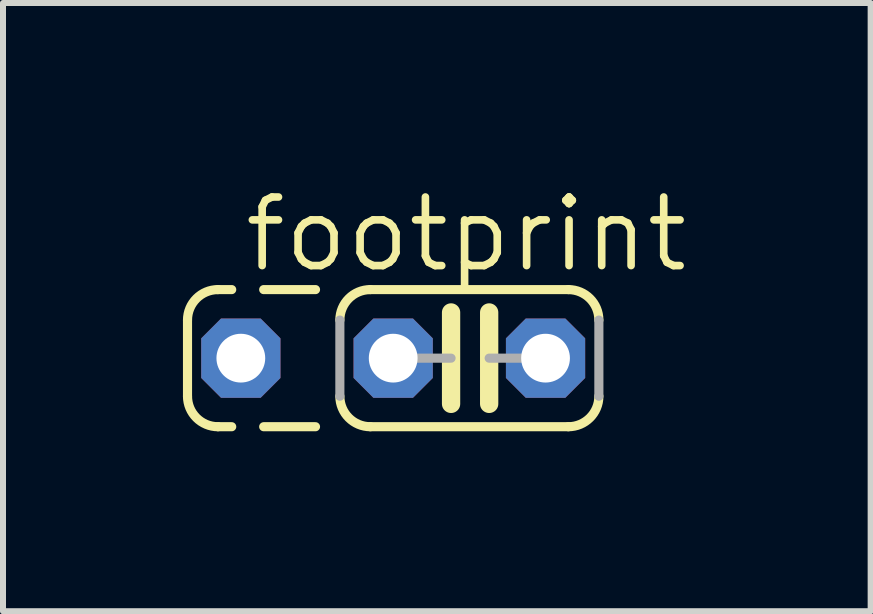
<source format=kicad_pcb>
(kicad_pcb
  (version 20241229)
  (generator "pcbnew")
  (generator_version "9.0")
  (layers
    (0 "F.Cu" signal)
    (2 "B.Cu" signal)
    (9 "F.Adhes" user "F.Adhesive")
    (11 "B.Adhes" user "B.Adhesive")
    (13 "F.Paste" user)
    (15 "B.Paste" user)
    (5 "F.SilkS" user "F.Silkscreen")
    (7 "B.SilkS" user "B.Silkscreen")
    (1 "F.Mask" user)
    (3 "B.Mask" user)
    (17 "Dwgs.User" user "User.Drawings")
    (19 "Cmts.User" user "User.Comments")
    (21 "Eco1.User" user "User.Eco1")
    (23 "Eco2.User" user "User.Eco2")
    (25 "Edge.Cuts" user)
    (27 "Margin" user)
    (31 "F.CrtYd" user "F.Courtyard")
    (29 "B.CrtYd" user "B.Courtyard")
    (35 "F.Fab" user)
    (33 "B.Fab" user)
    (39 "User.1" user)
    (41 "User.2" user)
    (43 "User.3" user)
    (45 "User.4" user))
  (footprint "footprint"
    (layer "F.Cu")
    (at 4.775 2.921)
    (property "Reference" "footprint" (at -3.81 -1.397 0) (layer "F.SilkS") (effects (font (size 1.143 1.143) (thickness 0.127)) (justify left bottom)))
    (fp_line (start -4.699 0.635) (end -4.699 -0.635) (stroke (width 0.152) (type solid)) (layer "F.SilkS"))
    (fp_line (start -4.191 -1.143) (end -3.962 -1.143) (stroke (width 0.152) (type solid)) (layer "F.SilkS"))
    (fp_line (start -4.191 1.143) (end -3.962 1.143) (stroke (width 0.152) (type solid)) (layer "F.SilkS"))
    (fp_line (start -3.429 -1.143) (end -2.565 -1.143) (stroke (width 0.152) (type solid)) (layer "F.SilkS"))
    (fp_line (start -3.429 1.143) (end -2.565 1.143) (stroke (width 0.152) (type solid)) (layer "F.SilkS"))
    (fp_line (start -0.305 -0.762) (end -0.305 0.762) (stroke (width 0.305) (type solid)) (layer "F.SilkS"))
    (fp_line (start 0.33 -0.762) (end 0.33 0.762) (stroke (width 0.305) (type solid)) (layer "F.SilkS"))
    (fp_line (start 1.651 -1.143) (end -1.651 -1.143) (stroke (width 0.152) (type solid)) (layer "F.SilkS"))
    (fp_line (start 1.651 1.143) (end -1.651 1.143) (stroke (width 0.152) (type solid)) (layer "F.SilkS"))
    (fp_arc (start -4.699 -0.635) (mid -4.55021 -0.99421) (end -4.191 -1.143) (stroke (width 0.1524) (type solid)) (layer "F.SilkS"))
    (fp_arc (start -4.191 1.143) (mid -4.55021 0.99421) (end -4.699 0.635) (stroke (width 0.1524) (type solid)) (layer "F.SilkS"))
    (fp_arc (start -2.159 -0.635) (mid -2.01021 -0.99421) (end -1.651 -1.143) (stroke (width 0.1524) (type solid)) (layer "F.SilkS"))
    (fp_arc (start -1.651 1.143) (mid -2.01021 0.99421) (end -2.159 0.635) (stroke (width 0.1524) (type solid)) (layer "F.SilkS"))
    (fp_arc (start 1.651 -1.143) (mid 2.01021 -0.99421) (end 2.159 -0.635) (stroke (width 0.1524) (type solid)) (layer "F.SilkS"))
    (fp_arc (start 2.159 0.635) (mid 2.01021 0.99421) (end 1.651 1.143) (stroke (width 0.1524) (type solid)) (layer "F.SilkS"))
    (fp_line (start -2.159 0.635) (end -2.159 -0.635) (stroke (width 0.152) (type solid)) (layer "F.Fab"))
    (fp_line (start -1.27 0) (end -0.305 0) (stroke (width 0.152) (type solid)) (layer "F.Fab"))
    (fp_line (start 1.27 0) (end 0.33 0) (stroke (width 0.152) (type solid)) (layer "F.Fab"))
    (fp_line (start 2.159 0.635) (end 2.159 -0.635) (stroke (width 0.152) (type solid)) (layer "F.Fab"))
    (pad "1" thru_hole roundrect (at -3.81 0) (size 1.321 1.321) (drill 0.813) (layers "*.Cu" "*.Mask") (roundrect_rratio 0.25) (chamfer_ratio 0.25) (chamfer top_left top_right bottom_left bottom_right))
    (pad "2" thru_hole roundrect (at -1.27 0) (size 1.321 1.321) (drill 0.813) (layers "*.Cu" "*.Mask") (roundrect_rratio 0.25) (chamfer_ratio 0.25) (chamfer top_left top_right bottom_left bottom_right))
    (pad "3" thru_hole roundrect (at 1.27 0) (size 1.321 1.321) (drill 0.813) (layers "*.Cu" "*.Mask") (roundrect_rratio 0.25) (chamfer_ratio 0.25) (chamfer top_left top_right bottom_left bottom_right)))
  (gr_rect
    (start -3 -3)
    (end 11.465 7.14)
    (stroke (width 0.1) (type default))
    (fill no)
    (layer "Edge.Cuts")))
</source>
